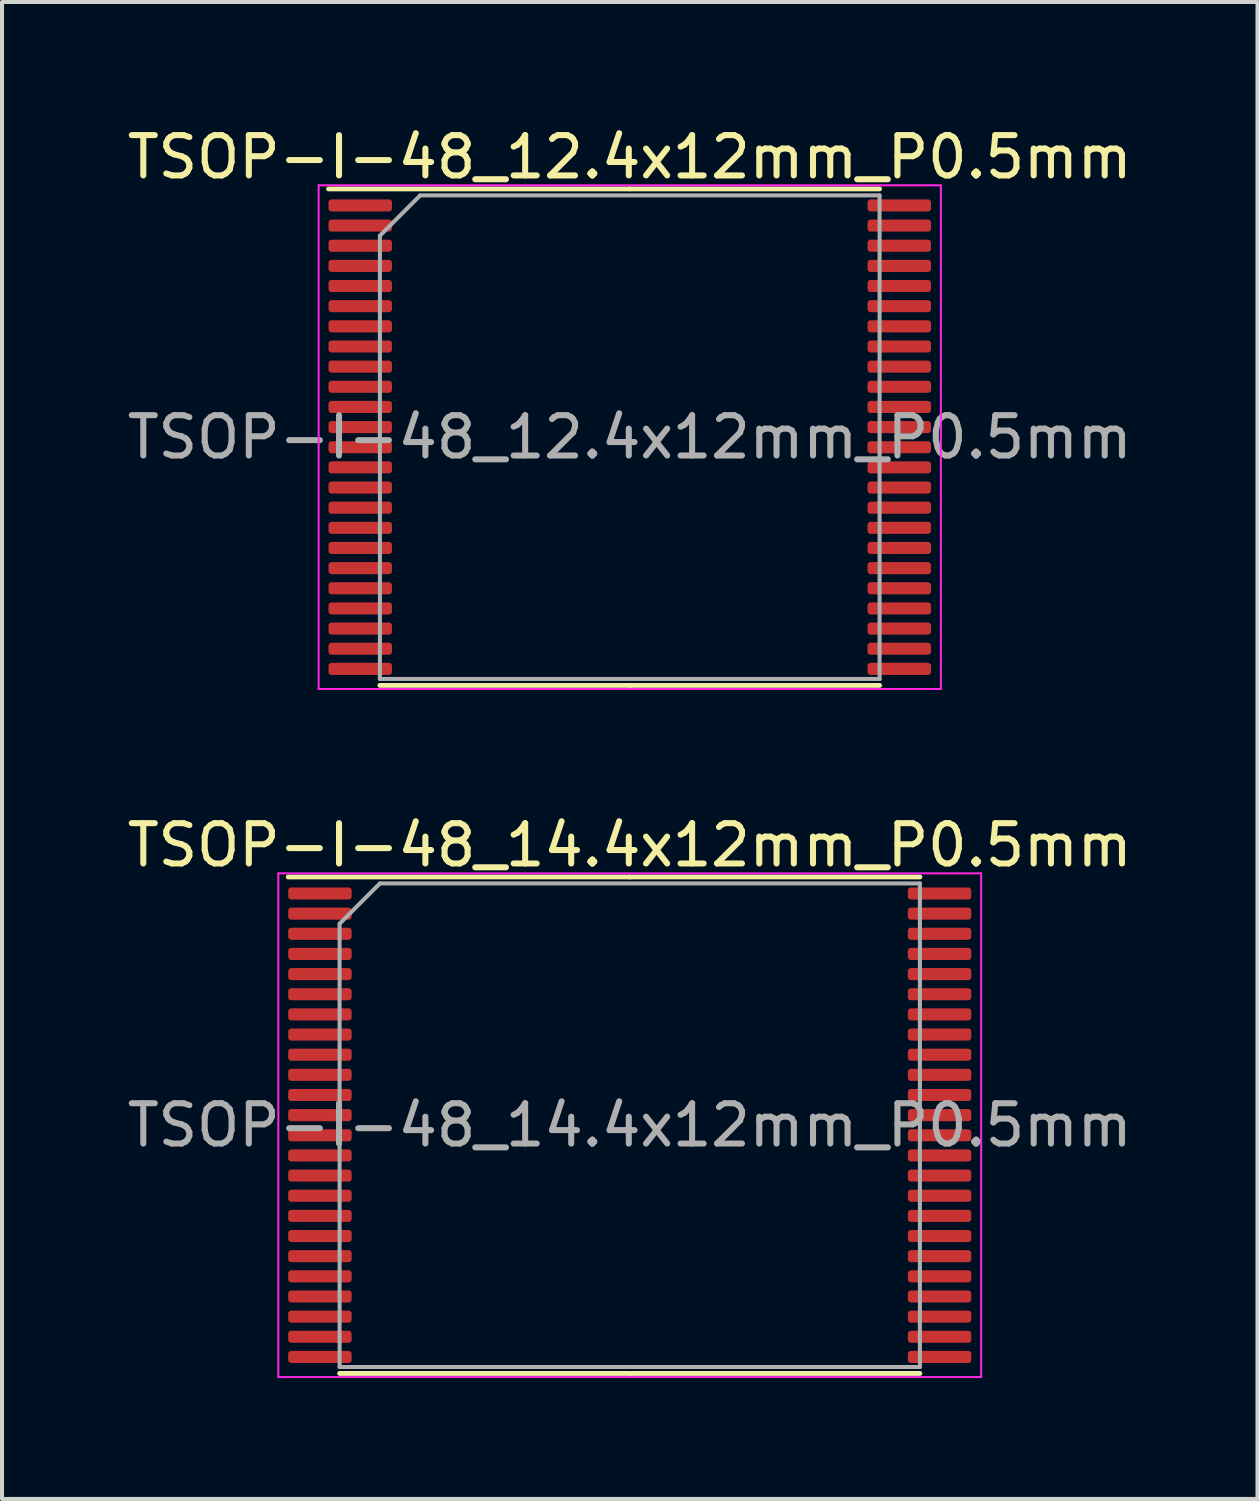
<source format=kicad_pcb>
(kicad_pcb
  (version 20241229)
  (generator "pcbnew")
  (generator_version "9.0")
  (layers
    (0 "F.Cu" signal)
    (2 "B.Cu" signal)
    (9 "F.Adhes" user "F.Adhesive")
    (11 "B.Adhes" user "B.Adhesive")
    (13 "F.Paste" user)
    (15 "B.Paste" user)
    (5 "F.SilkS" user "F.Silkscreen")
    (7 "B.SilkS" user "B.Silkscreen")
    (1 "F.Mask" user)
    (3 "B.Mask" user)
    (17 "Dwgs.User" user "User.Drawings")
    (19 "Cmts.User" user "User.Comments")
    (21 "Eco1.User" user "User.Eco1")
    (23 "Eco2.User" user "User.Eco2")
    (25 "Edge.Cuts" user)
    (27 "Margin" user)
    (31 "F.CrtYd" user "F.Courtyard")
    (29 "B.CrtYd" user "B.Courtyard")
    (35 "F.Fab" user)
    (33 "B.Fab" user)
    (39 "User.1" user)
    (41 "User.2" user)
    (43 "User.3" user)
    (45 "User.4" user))
  (footprint "TSOP-I-48_12.4x12mm_P0.5mm"
    (layer "F.Cu")
    (at 12.577 7.798)
    (property "Reference" "TSOP-I-48_12.4x12mm_P0.5mm" (at 0 -6.95 0) (layer "F.SilkS") (effects (font (size 1 1) (thickness 0.15))))
    (attr smd)
    (fp_line (start 0 -6.16) (end -7.475 -6.16) (stroke (width 0.12) (type solid)) (layer "F.SilkS"))
    (fp_line (start 0 -6.16) (end 6.2 -6.16) (stroke (width 0.12) (type solid)) (layer "F.SilkS"))
    (fp_line (start 0 6.16) (end -6.2 6.16) (stroke (width 0.12) (type solid)) (layer "F.SilkS"))
    (fp_line (start 0 6.16) (end 6.2 6.16) (stroke (width 0.12) (type solid)) (layer "F.SilkS"))
    (fp_line (start -7.72 -6.25) (end -7.72 6.25) (stroke (width 0.05) (type solid)) (layer "F.CrtYd"))
    (fp_line (start -7.72 6.25) (end 7.72 6.25) (stroke (width 0.05) (type solid)) (layer "F.CrtYd"))
    (fp_line (start 7.72 -6.25) (end -7.72 -6.25) (stroke (width 0.05) (type solid)) (layer "F.CrtYd"))
    (fp_line (start 7.72 6.25) (end 7.72 -6.25) (stroke (width 0.05) (type solid)) (layer "F.CrtYd"))
    (fp_line (start -6.2 -5) (end -5.2 -6) (stroke (width 0.1) (type solid)) (layer "F.Fab"))
    (fp_line (start -6.2 6) (end -6.2 -5) (stroke (width 0.1) (type solid)) (layer "F.Fab"))
    (fp_line (start -5.2 -6) (end 6.2 -6) (stroke (width 0.1) (type solid)) (layer "F.Fab"))
    (fp_line (start 6.2 -6) (end 6.2 6) (stroke (width 0.1) (type solid)) (layer "F.Fab"))
    (fp_line (start 6.2 6) (end -6.2 6) (stroke (width 0.1) (type solid)) (layer "F.Fab"))
    (fp_text user "${REFERENCE}" (at 0 0 0) (layer "F.Fab") (effects (font (size 1 1) (thickness 0.15))))
    (pad "1" smd roundrect (at -6.688 -5.75) (size 1.575 0.3) (layers "F.Cu" "F.Mask" "F.Paste") (roundrect_rratio 0.25))
    (pad "2" smd roundrect (at -6.688 -5.25) (size 1.575 0.3) (layers "F.Cu" "F.Mask" "F.Paste") (roundrect_rratio 0.25))
    (pad "3" smd roundrect (at -6.688 -4.75) (size 1.575 0.3) (layers "F.Cu" "F.Mask" "F.Paste") (roundrect_rratio 0.25))
    (pad "4" smd roundrect (at -6.688 -4.25) (size 1.575 0.3) (layers "F.Cu" "F.Mask" "F.Paste") (roundrect_rratio 0.25))
    (pad "5" smd roundrect (at -6.688 -3.75) (size 1.575 0.3) (layers "F.Cu" "F.Mask" "F.Paste") (roundrect_rratio 0.25))
    (pad "6" smd roundrect (at -6.688 -3.25) (size 1.575 0.3) (layers "F.Cu" "F.Mask" "F.Paste") (roundrect_rratio 0.25))
    (pad "7" smd roundrect (at -6.688 -2.75) (size 1.575 0.3) (layers "F.Cu" "F.Mask" "F.Paste") (roundrect_rratio 0.25))
    (pad "8" smd roundrect (at -6.688 -2.25) (size 1.575 0.3) (layers "F.Cu" "F.Mask" "F.Paste") (roundrect_rratio 0.25))
    (pad "9" smd roundrect (at -6.688 -1.75) (size 1.575 0.3) (layers "F.Cu" "F.Mask" "F.Paste") (roundrect_rratio 0.25))
    (pad "10" smd roundrect (at -6.688 -1.25) (size 1.575 0.3) (layers "F.Cu" "F.Mask" "F.Paste") (roundrect_rratio 0.25))
    (pad "11" smd roundrect (at -6.688 -0.75) (size 1.575 0.3) (layers "F.Cu" "F.Mask" "F.Paste") (roundrect_rratio 0.25))
    (pad "12" smd roundrect (at -6.688 -0.25) (size 1.575 0.3) (layers "F.Cu" "F.Mask" "F.Paste") (roundrect_rratio 0.25))
    (pad "13" smd roundrect (at -6.688 0.25) (size 1.575 0.3) (layers "F.Cu" "F.Mask" "F.Paste") (roundrect_rratio 0.25))
    (pad "14" smd roundrect (at -6.688 0.75) (size 1.575 0.3) (layers "F.Cu" "F.Mask" "F.Paste") (roundrect_rratio 0.25))
    (pad "15" smd roundrect (at -6.688 1.25) (size 1.575 0.3) (layers "F.Cu" "F.Mask" "F.Paste") (roundrect_rratio 0.25))
    (pad "16" smd roundrect (at -6.688 1.75) (size 1.575 0.3) (layers "F.Cu" "F.Mask" "F.Paste") (roundrect_rratio 0.25))
    (pad "17" smd roundrect (at -6.688 2.25) (size 1.575 0.3) (layers "F.Cu" "F.Mask" "F.Paste") (roundrect_rratio 0.25))
    (pad "18" smd roundrect (at -6.688 2.75) (size 1.575 0.3) (layers "F.Cu" "F.Mask" "F.Paste") (roundrect_rratio 0.25))
    (pad "19" smd roundrect (at -6.688 3.25) (size 1.575 0.3) (layers "F.Cu" "F.Mask" "F.Paste") (roundrect_rratio 0.25))
    (pad "20" smd roundrect (at -6.688 3.75) (size 1.575 0.3) (layers "F.Cu" "F.Mask" "F.Paste") (roundrect_rratio 0.25))
    (pad "21" smd roundrect (at -6.688 4.25) (size 1.575 0.3) (layers "F.Cu" "F.Mask" "F.Paste") (roundrect_rratio 0.25))
    (pad "22" smd roundrect (at -6.688 4.75) (size 1.575 0.3) (layers "F.Cu" "F.Mask" "F.Paste") (roundrect_rratio 0.25))
    (pad "23" smd roundrect (at -6.688 5.25) (size 1.575 0.3) (layers "F.Cu" "F.Mask" "F.Paste") (roundrect_rratio 0.25))
    (pad "24" smd roundrect (at -6.688 5.75) (size 1.575 0.3) (layers "F.Cu" "F.Mask" "F.Paste") (roundrect_rratio 0.25))
    (pad "25" smd roundrect (at 6.688 5.75) (size 1.575 0.3) (layers "F.Cu" "F.Mask" "F.Paste") (roundrect_rratio 0.25))
    (pad "26" smd roundrect (at 6.688 5.25) (size 1.575 0.3) (layers "F.Cu" "F.Mask" "F.Paste") (roundrect_rratio 0.25))
    (pad "27" smd roundrect (at 6.688 4.75) (size 1.575 0.3) (layers "F.Cu" "F.Mask" "F.Paste") (roundrect_rratio 0.25))
    (pad "28" smd roundrect (at 6.688 4.25) (size 1.575 0.3) (layers "F.Cu" "F.Mask" "F.Paste") (roundrect_rratio 0.25))
    (pad "29" smd roundrect (at 6.688 3.75) (size 1.575 0.3) (layers "F.Cu" "F.Mask" "F.Paste") (roundrect_rratio 0.25))
    (pad "30" smd roundrect (at 6.688 3.25) (size 1.575 0.3) (layers "F.Cu" "F.Mask" "F.Paste") (roundrect_rratio 0.25))
    (pad "31" smd roundrect (at 6.688 2.75) (size 1.575 0.3) (layers "F.Cu" "F.Mask" "F.Paste") (roundrect_rratio 0.25))
    (pad "32" smd roundrect (at 6.688 2.25) (size 1.575 0.3) (layers "F.Cu" "F.Mask" "F.Paste") (roundrect_rratio 0.25))
    (pad "33" smd roundrect (at 6.688 1.75) (size 1.575 0.3) (layers "F.Cu" "F.Mask" "F.Paste") (roundrect_rratio 0.25))
    (pad "34" smd roundrect (at 6.688 1.25) (size 1.575 0.3) (layers "F.Cu" "F.Mask" "F.Paste") (roundrect_rratio 0.25))
    (pad "35" smd roundrect (at 6.688 0.75) (size 1.575 0.3) (layers "F.Cu" "F.Mask" "F.Paste") (roundrect_rratio 0.25))
    (pad "36" smd roundrect (at 6.688 0.25) (size 1.575 0.3) (layers "F.Cu" "F.Mask" "F.Paste") (roundrect_rratio 0.25))
    (pad "37" smd roundrect (at 6.688 -0.25) (size 1.575 0.3) (layers "F.Cu" "F.Mask" "F.Paste") (roundrect_rratio 0.25))
    (pad "38" smd roundrect (at 6.688 -0.75) (size 1.575 0.3) (layers "F.Cu" "F.Mask" "F.Paste") (roundrect_rratio 0.25))
    (pad "39" smd roundrect (at 6.688 -1.25) (size 1.575 0.3) (layers "F.Cu" "F.Mask" "F.Paste") (roundrect_rratio 0.25))
    (pad "40" smd roundrect (at 6.688 -1.75) (size 1.575 0.3) (layers "F.Cu" "F.Mask" "F.Paste") (roundrect_rratio 0.25))
    (pad "41" smd roundrect (at 6.688 -2.25) (size 1.575 0.3) (layers "F.Cu" "F.Mask" "F.Paste") (roundrect_rratio 0.25))
    (pad "42" smd roundrect (at 6.688 -2.75) (size 1.575 0.3) (layers "F.Cu" "F.Mask" "F.Paste") (roundrect_rratio 0.25))
    (pad "43" smd roundrect (at 6.688 -3.25) (size 1.575 0.3) (layers "F.Cu" "F.Mask" "F.Paste") (roundrect_rratio 0.25))
    (pad "44" smd roundrect (at 6.688 -3.75) (size 1.575 0.3) (layers "F.Cu" "F.Mask" "F.Paste") (roundrect_rratio 0.25))
    (pad "45" smd roundrect (at 6.688 -4.25) (size 1.575 0.3) (layers "F.Cu" "F.Mask" "F.Paste") (roundrect_rratio 0.25))
    (pad "46" smd roundrect (at 6.688 -4.75) (size 1.575 0.3) (layers "F.Cu" "F.Mask" "F.Paste") (roundrect_rratio 0.25))
    (pad "47" smd roundrect (at 6.688 -5.25) (size 1.575 0.3) (layers "F.Cu" "F.Mask" "F.Paste") (roundrect_rratio 0.25))
    (pad "48" smd roundrect (at 6.688 -5.75) (size 1.575 0.3) (layers "F.Cu" "F.Mask" "F.Paste") (roundrect_rratio 0.25)))
  (footprint "TSOP-I-48_14.4x12mm_P0.5mm"
    (layer "F.Cu")
    (at 12.577 24.872)
    (property "Reference" "TSOP-I-48_14.4x12mm_P0.5mm" (at 0 -6.95 0) (layer "F.SilkS") (effects (font (size 1 1) (thickness 0.15))))
    (attr smd)
    (fp_line (start 0 -6.16) (end -8.475 -6.16) (stroke (width 0.12) (type solid)) (layer "F.SilkS"))
    (fp_line (start 0 -6.16) (end 7.2 -6.16) (stroke (width 0.12) (type solid)) (layer "F.SilkS"))
    (fp_line (start 0 6.16) (end -7.2 6.16) (stroke (width 0.12) (type solid)) (layer "F.SilkS"))
    (fp_line (start 0 6.16) (end 7.2 6.16) (stroke (width 0.12) (type solid)) (layer "F.SilkS"))
    (fp_line (start -8.72 -6.25) (end -8.72 6.25) (stroke (width 0.05) (type solid)) (layer "F.CrtYd"))
    (fp_line (start -8.72 6.25) (end 8.72 6.25) (stroke (width 0.05) (type solid)) (layer "F.CrtYd"))
    (fp_line (start 8.72 -6.25) (end -8.72 -6.25) (stroke (width 0.05) (type solid)) (layer "F.CrtYd"))
    (fp_line (start 8.72 6.25) (end 8.72 -6.25) (stroke (width 0.05) (type solid)) (layer "F.CrtYd"))
    (fp_line (start -7.2 -5) (end -6.2 -6) (stroke (width 0.1) (type solid)) (layer "F.Fab"))
    (fp_line (start -7.2 6) (end -7.2 -5) (stroke (width 0.1) (type solid)) (layer "F.Fab"))
    (fp_line (start -6.2 -6) (end 7.2 -6) (stroke (width 0.1) (type solid)) (layer "F.Fab"))
    (fp_line (start 7.2 -6) (end 7.2 6) (stroke (width 0.1) (type solid)) (layer "F.Fab"))
    (fp_line (start 7.2 6) (end -7.2 6) (stroke (width 0.1) (type solid)) (layer "F.Fab"))
    (fp_text user "${REFERENCE}" (at 0 0 0) (layer "F.Fab") (effects (font (size 1 1) (thickness 0.15))))
    (pad "1" smd roundrect (at -7.688 -5.75) (size 1.575 0.3) (layers "F.Cu" "F.Mask" "F.Paste") (roundrect_rratio 0.25))
    (pad "2" smd roundrect (at -7.688 -5.25) (size 1.575 0.3) (layers "F.Cu" "F.Mask" "F.Paste") (roundrect_rratio 0.25))
    (pad "3" smd roundrect (at -7.688 -4.75) (size 1.575 0.3) (layers "F.Cu" "F.Mask" "F.Paste") (roundrect_rratio 0.25))
    (pad "4" smd roundrect (at -7.688 -4.25) (size 1.575 0.3) (layers "F.Cu" "F.Mask" "F.Paste") (roundrect_rratio 0.25))
    (pad "5" smd roundrect (at -7.688 -3.75) (size 1.575 0.3) (layers "F.Cu" "F.Mask" "F.Paste") (roundrect_rratio 0.25))
    (pad "6" smd roundrect (at -7.688 -3.25) (size 1.575 0.3) (layers "F.Cu" "F.Mask" "F.Paste") (roundrect_rratio 0.25))
    (pad "7" smd roundrect (at -7.688 -2.75) (size 1.575 0.3) (layers "F.Cu" "F.Mask" "F.Paste") (roundrect_rratio 0.25))
    (pad "8" smd roundrect (at -7.688 -2.25) (size 1.575 0.3) (layers "F.Cu" "F.Mask" "F.Paste") (roundrect_rratio 0.25))
    (pad "9" smd roundrect (at -7.688 -1.75) (size 1.575 0.3) (layers "F.Cu" "F.Mask" "F.Paste") (roundrect_rratio 0.25))
    (pad "10" smd roundrect (at -7.688 -1.25) (size 1.575 0.3) (layers "F.Cu" "F.Mask" "F.Paste") (roundrect_rratio 0.25))
    (pad "11" smd roundrect (at -7.688 -0.75) (size 1.575 0.3) (layers "F.Cu" "F.Mask" "F.Paste") (roundrect_rratio 0.25))
    (pad "12" smd roundrect (at -7.688 -0.25) (size 1.575 0.3) (layers "F.Cu" "F.Mask" "F.Paste") (roundrect_rratio 0.25))
    (pad "13" smd roundrect (at -7.688 0.25) (size 1.575 0.3) (layers "F.Cu" "F.Mask" "F.Paste") (roundrect_rratio 0.25))
    (pad "14" smd roundrect (at -7.688 0.75) (size 1.575 0.3) (layers "F.Cu" "F.Mask" "F.Paste") (roundrect_rratio 0.25))
    (pad "15" smd roundrect (at -7.688 1.25) (size 1.575 0.3) (layers "F.Cu" "F.Mask" "F.Paste") (roundrect_rratio 0.25))
    (pad "16" smd roundrect (at -7.688 1.75) (size 1.575 0.3) (layers "F.Cu" "F.Mask" "F.Paste") (roundrect_rratio 0.25))
    (pad "17" smd roundrect (at -7.688 2.25) (size 1.575 0.3) (layers "F.Cu" "F.Mask" "F.Paste") (roundrect_rratio 0.25))
    (pad "18" smd roundrect (at -7.688 2.75) (size 1.575 0.3) (layers "F.Cu" "F.Mask" "F.Paste") (roundrect_rratio 0.25))
    (pad "19" smd roundrect (at -7.688 3.25) (size 1.575 0.3) (layers "F.Cu" "F.Mask" "F.Paste") (roundrect_rratio 0.25))
    (pad "20" smd roundrect (at -7.688 3.75) (size 1.575 0.3) (layers "F.Cu" "F.Mask" "F.Paste") (roundrect_rratio 0.25))
    (pad "21" smd roundrect (at -7.688 4.25) (size 1.575 0.3) (layers "F.Cu" "F.Mask" "F.Paste") (roundrect_rratio 0.25))
    (pad "22" smd roundrect (at -7.688 4.75) (size 1.575 0.3) (layers "F.Cu" "F.Mask" "F.Paste") (roundrect_rratio 0.25))
    (pad "23" smd roundrect (at -7.688 5.25) (size 1.575 0.3) (layers "F.Cu" "F.Mask" "F.Paste") (roundrect_rratio 0.25))
    (pad "24" smd roundrect (at -7.688 5.75) (size 1.575 0.3) (layers "F.Cu" "F.Mask" "F.Paste") (roundrect_rratio 0.25))
    (pad "25" smd roundrect (at 7.688 5.75) (size 1.575 0.3) (layers "F.Cu" "F.Mask" "F.Paste") (roundrect_rratio 0.25))
    (pad "26" smd roundrect (at 7.688 5.25) (size 1.575 0.3) (layers "F.Cu" "F.Mask" "F.Paste") (roundrect_rratio 0.25))
    (pad "27" smd roundrect (at 7.688 4.75) (size 1.575 0.3) (layers "F.Cu" "F.Mask" "F.Paste") (roundrect_rratio 0.25))
    (pad "28" smd roundrect (at 7.688 4.25) (size 1.575 0.3) (layers "F.Cu" "F.Mask" "F.Paste") (roundrect_rratio 0.25))
    (pad "29" smd roundrect (at 7.688 3.75) (size 1.575 0.3) (layers "F.Cu" "F.Mask" "F.Paste") (roundrect_rratio 0.25))
    (pad "30" smd roundrect (at 7.688 3.25) (size 1.575 0.3) (layers "F.Cu" "F.Mask" "F.Paste") (roundrect_rratio 0.25))
    (pad "31" smd roundrect (at 7.688 2.75) (size 1.575 0.3) (layers "F.Cu" "F.Mask" "F.Paste") (roundrect_rratio 0.25))
    (pad "32" smd roundrect (at 7.688 2.25) (size 1.575 0.3) (layers "F.Cu" "F.Mask" "F.Paste") (roundrect_rratio 0.25))
    (pad "33" smd roundrect (at 7.688 1.75) (size 1.575 0.3) (layers "F.Cu" "F.Mask" "F.Paste") (roundrect_rratio 0.25))
    (pad "34" smd roundrect (at 7.688 1.25) (size 1.575 0.3) (layers "F.Cu" "F.Mask" "F.Paste") (roundrect_rratio 0.25))
    (pad "35" smd roundrect (at 7.688 0.75) (size 1.575 0.3) (layers "F.Cu" "F.Mask" "F.Paste") (roundrect_rratio 0.25))
    (pad "36" smd roundrect (at 7.688 0.25) (size 1.575 0.3) (layers "F.Cu" "F.Mask" "F.Paste") (roundrect_rratio 0.25))
    (pad "37" smd roundrect (at 7.688 -0.25) (size 1.575 0.3) (layers "F.Cu" "F.Mask" "F.Paste") (roundrect_rratio 0.25))
    (pad "38" smd roundrect (at 7.688 -0.75) (size 1.575 0.3) (layers "F.Cu" "F.Mask" "F.Paste") (roundrect_rratio 0.25))
    (pad "39" smd roundrect (at 7.688 -1.25) (size 1.575 0.3) (layers "F.Cu" "F.Mask" "F.Paste") (roundrect_rratio 0.25))
    (pad "40" smd roundrect (at 7.688 -1.75) (size 1.575 0.3) (layers "F.Cu" "F.Mask" "F.Paste") (roundrect_rratio 0.25))
    (pad "41" smd roundrect (at 7.688 -2.25) (size 1.575 0.3) (layers "F.Cu" "F.Mask" "F.Paste") (roundrect_rratio 0.25))
    (pad "42" smd roundrect (at 7.688 -2.75) (size 1.575 0.3) (layers "F.Cu" "F.Mask" "F.Paste") (roundrect_rratio 0.25))
    (pad "43" smd roundrect (at 7.688 -3.25) (size 1.575 0.3) (layers "F.Cu" "F.Mask" "F.Paste") (roundrect_rratio 0.25))
    (pad "44" smd roundrect (at 7.688 -3.75) (size 1.575 0.3) (layers "F.Cu" "F.Mask" "F.Paste") (roundrect_rratio 0.25))
    (pad "45" smd roundrect (at 7.688 -4.25) (size 1.575 0.3) (layers "F.Cu" "F.Mask" "F.Paste") (roundrect_rratio 0.25))
    (pad "46" smd roundrect (at 7.688 -4.75) (size 1.575 0.3) (layers "F.Cu" "F.Mask" "F.Paste") (roundrect_rratio 0.25))
    (pad "47" smd roundrect (at 7.688 -5.25) (size 1.575 0.3) (layers "F.Cu" "F.Mask" "F.Paste") (roundrect_rratio 0.25))
    (pad "48" smd roundrect (at 7.688 -5.75) (size 1.575 0.3) (layers "F.Cu" "F.Mask" "F.Paste") (roundrect_rratio 0.25)))
  (gr_rect
    (start -3 -3)
    (end 28.155 34.147)
    (stroke (width 0.1) (type default))
    (fill no)
    (layer "Edge.Cuts")))
</source>
